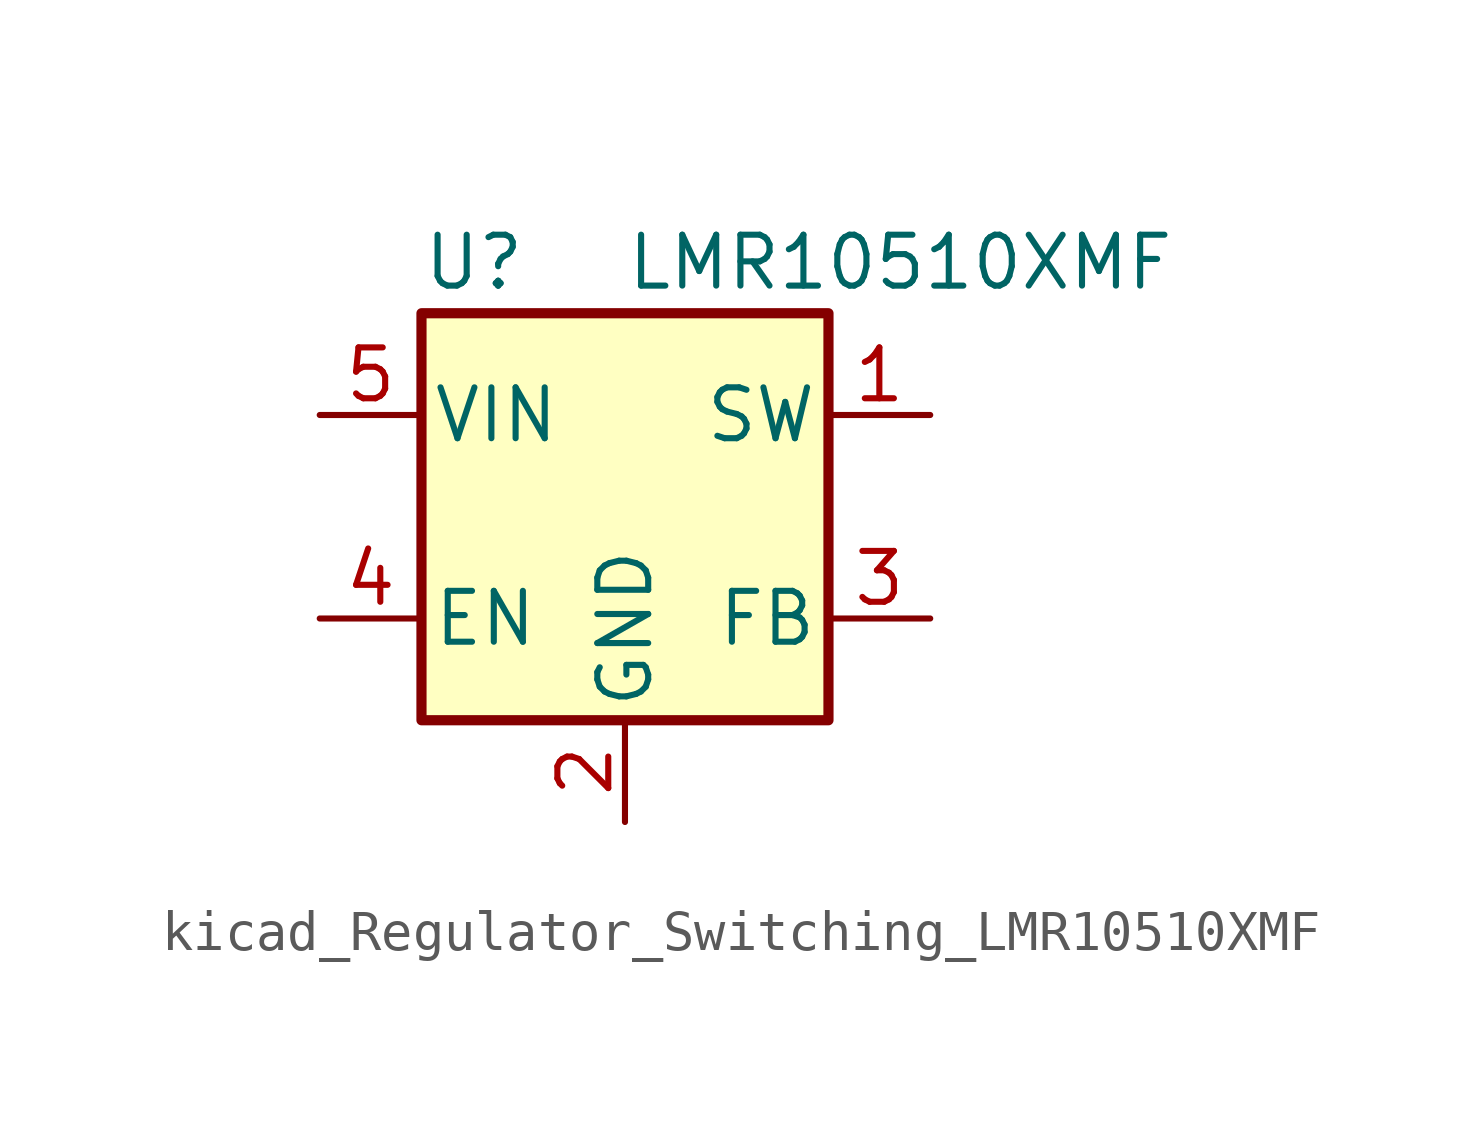
<source format=kicad_sym>
(kicad_symbol_lib
  (version 20220914)
  (generator kicad_symbol_editor)
  (symbol "kicad_Regulator_Switching_LMR10510XMF"
    (pin_names
      (offset 0.254))
    (property "Reference" "U"
      (at -5.08 6.35 0)
      (effects (font (size 1.27 1.27)) (justify left)))
    (property "Value" "LMR10510XMF"
      (at 0 6.35 0)
      (effects (font (size 1.27 1.27)) (justify left)))
    (symbol "kicad_Regulator_Switching_LMR10510XMF_0_1"
      (rectangle (start -5.08 5.08) (end 5.08 -5.08) (stroke (width 0.254) (type default)) (fill (type background))))
    (symbol "kicad_Regulator_Switching_LMR10510XMF_1_1"
      (pin output line (at 7.62 2.54 180) (length 2.54) (name "SW" (effects (font (size 1.27 1.27)))) (number "1" (effects (font (size 1.27 1.27)))))
      (pin power_in line (at 0 -7.62 90) (length 2.54) (name "GND" (effects (font (size 1.27 1.27)))) (number "2" (effects (font (size 1.27 1.27)))))
      (pin input line (at 7.62 -2.54 180) (length 2.54) (name "FB" (effects (font (size 1.27 1.27)))) (number "3" (effects (font (size 1.27 1.27)))))
      (pin input line (at -7.62 -2.54 0) (length 2.54) (name "EN" (effects (font (size 1.27 1.27)))) (number "4" (effects (font (size 1.27 1.27)))))
      (pin input line (at -7.62 2.54 0) (length 2.54) (name "VIN" (effects (font (size 1.27 1.27)))) (number "5" (effects (font (size 1.27 1.27))))))))
</source>
